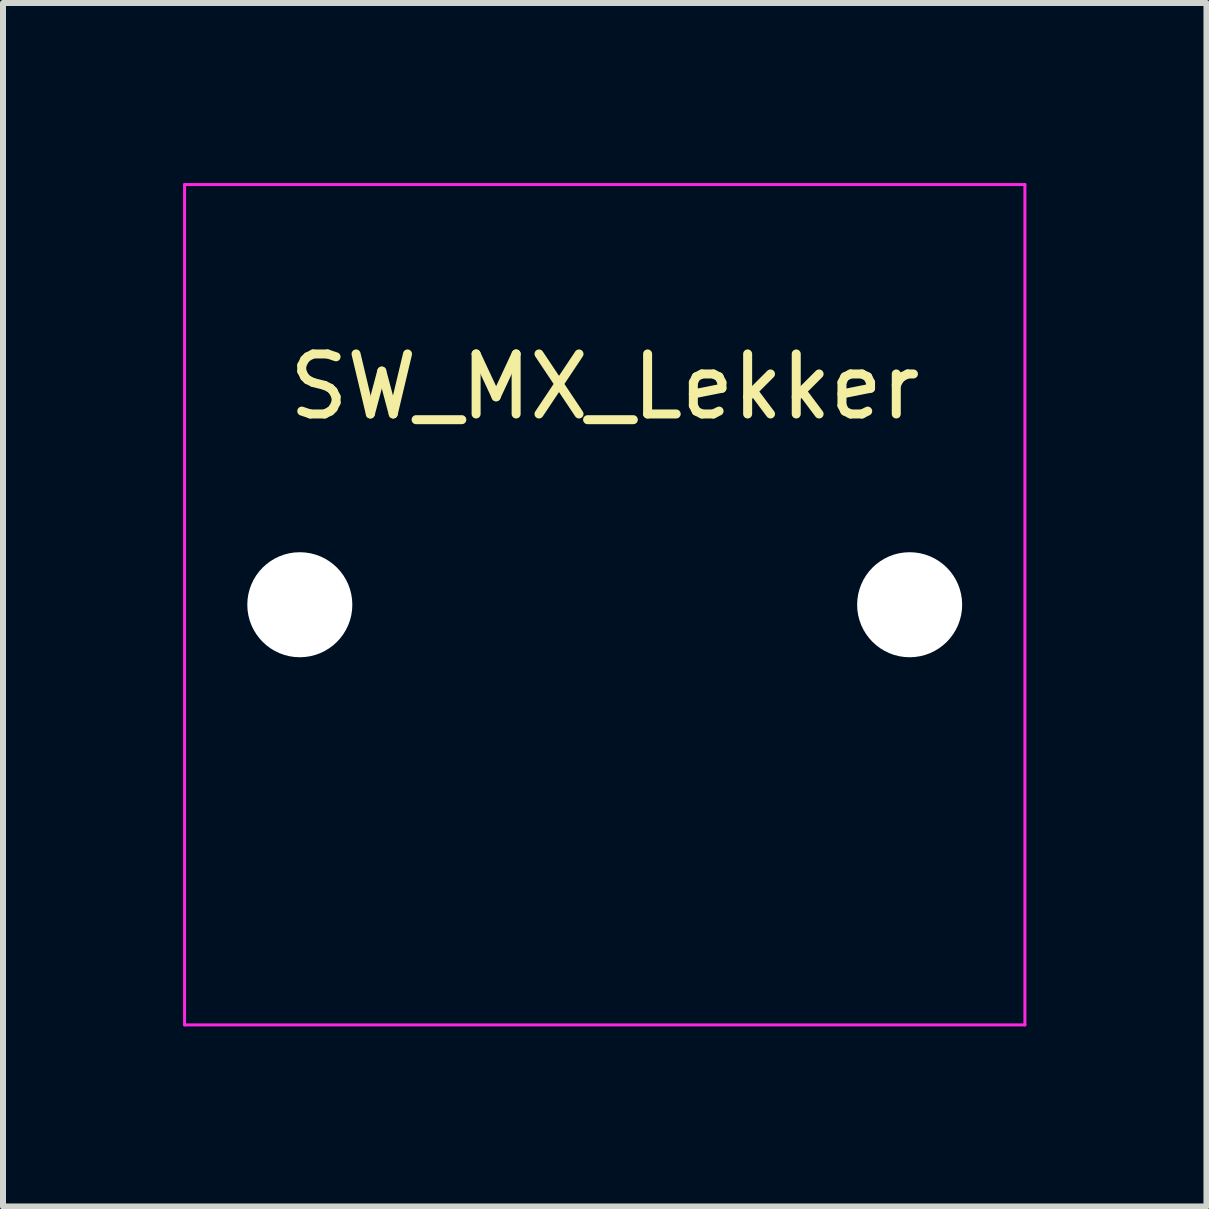
<source format=kicad_pcb>
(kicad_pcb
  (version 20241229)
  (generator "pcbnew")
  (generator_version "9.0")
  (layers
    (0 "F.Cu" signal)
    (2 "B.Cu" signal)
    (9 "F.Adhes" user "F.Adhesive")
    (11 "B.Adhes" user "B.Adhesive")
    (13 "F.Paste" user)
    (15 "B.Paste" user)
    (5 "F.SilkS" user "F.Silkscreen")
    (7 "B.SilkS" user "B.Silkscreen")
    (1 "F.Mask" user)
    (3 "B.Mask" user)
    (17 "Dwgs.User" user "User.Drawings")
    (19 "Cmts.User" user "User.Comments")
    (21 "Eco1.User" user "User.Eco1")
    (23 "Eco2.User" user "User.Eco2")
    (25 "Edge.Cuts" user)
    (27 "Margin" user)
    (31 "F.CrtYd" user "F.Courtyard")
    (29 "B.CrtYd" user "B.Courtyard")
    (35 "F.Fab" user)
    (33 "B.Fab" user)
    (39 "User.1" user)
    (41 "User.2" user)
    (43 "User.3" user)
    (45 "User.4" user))
  (footprint "SW_MX_Lekker"
    (layer "F.Cu")
    (at 7.025 7.025)
    (property "Reference" "SW_MX_Lekker" (at 0 -3.048 0) (layer "F.SilkS") (effects (font (size 1 1) (thickness 0.15)) (justify bottom)))
    (attr smd exclude_from_pos_files exclude_from_bom)
    (fp_line (start -7 6.5) (end -7 -6.5) (stroke (width 0.05) (type solid)) (layer "Eco2.User"))
    (fp_line (start -6.5 -7) (end 6.5 -7) (stroke (width 0.05) (type solid)) (layer "Eco2.User"))
    (fp_line (start 6.5 7) (end -6.5 7) (stroke (width 0.05) (type solid)) (layer "Eco2.User"))
    (fp_line (start 7 -6.5) (end 7 6.5) (stroke (width 0.05) (type solid)) (layer "Eco2.User"))
    (fp_arc (start -7 -6.5) (mid -6.853553 -6.853553) (end -6.5 -7) (stroke (width 0.05) (type solid)) (layer "Eco2.User"))
    (fp_arc (start -6.5 7) (mid -6.853553 6.853553) (end -7 6.5) (stroke (width 0.05) (type solid)) (layer "Eco2.User"))
    (fp_arc (start 6.5 -7) (mid 6.853553 -6.853553) (end 7 -6.5) (stroke (width 0.05) (type solid)) (layer "Eco2.User"))
    (fp_arc (start 6.997236 6.498884) (mid 6.850789 6.852437) (end 6.497236 6.998884) (stroke (width 0.05) (type solid)) (layer "Eco2.User"))
    (fp_line (start -7 -7) (end -7 7) (stroke (width 0.05) (type solid)) (layer "F.CrtYd"))
    (fp_line (start -7 7) (end 7 7) (stroke (width 0.05) (type solid)) (layer "F.CrtYd"))
    (fp_line (start 7 -7) (end -7 -7) (stroke (width 0.05) (type solid)) (layer "F.CrtYd"))
    (fp_line (start 7 7) (end 7 -7) (stroke (width 0.05) (type solid)) (layer "F.CrtYd"))
    (pad "" np_thru_hole circle (at -5.08 0) (size 1.75 1.75) (drill 1.75) (layers "*.Cu" "*.Mask"))
    (pad "" np_thru_hole circle (at 5.08 0) (size 1.75 1.75) (drill 1.75) (layers "*.Cu" "*.Mask"))
    (zone (net_name "") (layer "F.Cu") (hatch edge 0.5) (connect_pads) (min_thickness 0.25) (filled_areas_thickness no) (keepout (tracks not_allowed) (vias not_allowed) (pads not_allowed) (copperpour not_allowed) (footprints allowed)) (placement (enabled no)) (fill) (polygon (pts (xy 4.485 5.755) (xy 5.755 4.485) (xy 8.295 4.485) (xy 9.565 5.755) (xy 9.565 8.295) (xy 8.295 9.565) (xy 5.755 9.565) (xy 4.485 8.295)))))
  (gr_rect
    (start -3 -3)
    (end 17.05 17.05)
    (stroke (width 0.1) (type default))
    (fill no)
    (layer "Edge.Cuts")))
</source>
